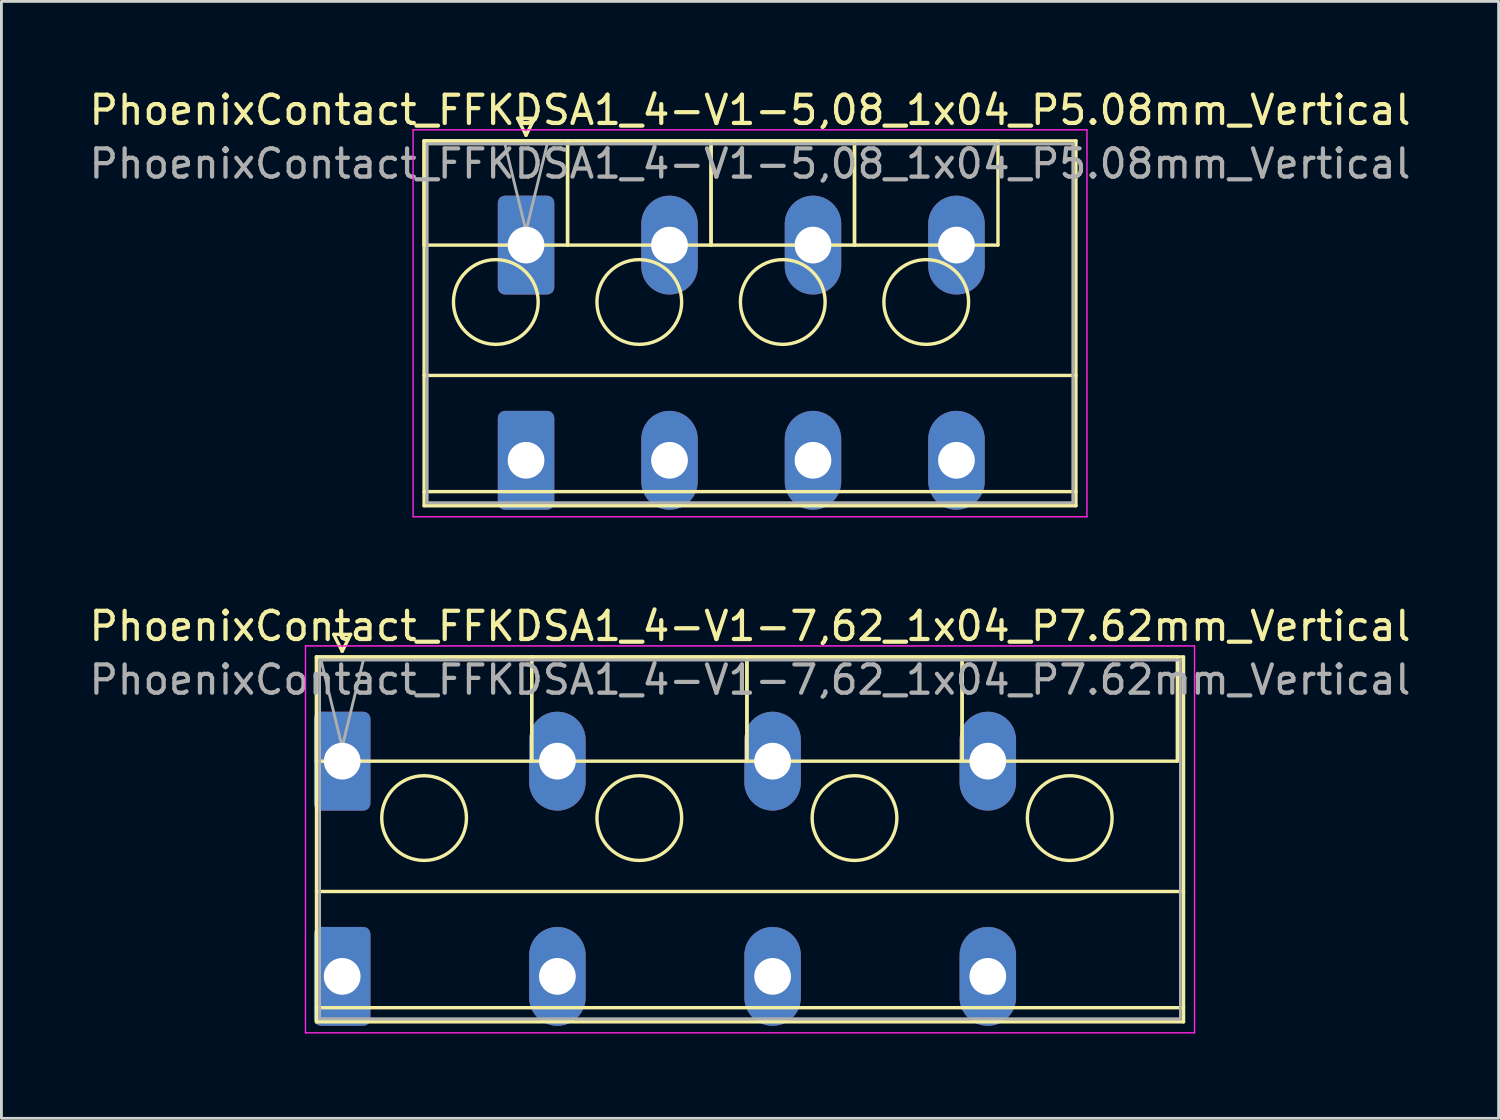
<source format=kicad_pcb>
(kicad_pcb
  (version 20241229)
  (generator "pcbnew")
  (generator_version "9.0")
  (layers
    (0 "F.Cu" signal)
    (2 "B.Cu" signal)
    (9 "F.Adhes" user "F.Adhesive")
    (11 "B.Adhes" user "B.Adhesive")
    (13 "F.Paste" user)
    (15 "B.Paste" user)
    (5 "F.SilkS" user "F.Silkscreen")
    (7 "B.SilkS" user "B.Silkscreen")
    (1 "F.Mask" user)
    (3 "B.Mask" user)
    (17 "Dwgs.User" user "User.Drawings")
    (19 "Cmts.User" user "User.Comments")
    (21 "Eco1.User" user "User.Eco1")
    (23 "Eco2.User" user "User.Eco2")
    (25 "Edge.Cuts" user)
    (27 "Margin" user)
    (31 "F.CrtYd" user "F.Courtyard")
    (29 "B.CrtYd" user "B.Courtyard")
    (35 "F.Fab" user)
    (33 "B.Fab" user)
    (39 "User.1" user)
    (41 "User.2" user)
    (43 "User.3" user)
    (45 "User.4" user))
  (footprint "PhoenixContact_FFKDSA1_4-V1-5,08_1x04_P5.08mm_Vertical"
    (layer "F.Cu")
    (at 15.576 5.628)
    (property "Reference" "PhoenixContact_FFKDSA1_4-V1-5,08_1x04_P5.08mm_Vertical" (at 7.93 -4.78 0) (layer "F.SilkS") (effects (font (size 1 1) (thickness 0.15))))
    (attr through_hole)
    (fp_line (start -3.61 -3.69) (end -3.61 0) (stroke (width 0.12) (type solid)) (layer "F.SilkS"))
    (fp_line (start -3.61 -3.69) (end -3.61 9.23) (stroke (width 0.12) (type solid)) (layer "F.SilkS"))
    (fp_line (start -3.61 0) (end 1.47 0) (stroke (width 0.12) (type solid)) (layer "F.SilkS"))
    (fp_line (start -3.61 4.615) (end 19.47 4.615) (stroke (width 0.12) (type solid)) (layer "F.SilkS"))
    (fp_line (start -3.61 8.73) (end 19.47 8.73) (stroke (width 0.12) (type solid)) (layer "F.SilkS"))
    (fp_line (start -3.61 9.23) (end 19.47 9.23) (stroke (width 0.12) (type solid)) (layer "F.SilkS"))
    (fp_line (start -0.3 -4.49) (end 0.3 -4.49) (stroke (width 0.12) (type solid)) (layer "F.SilkS"))
    (fp_line (start 0 -3.89) (end -0.3 -4.49) (stroke (width 0.12) (type solid)) (layer "F.SilkS"))
    (fp_line (start 0.3 -4.49) (end 0 -3.89) (stroke (width 0.12) (type solid)) (layer "F.SilkS"))
    (fp_line (start 1.47 -3.69) (end -3.61 -3.69) (stroke (width 0.12) (type solid)) (layer "F.SilkS"))
    (fp_line (start 1.47 -3.69) (end 1.47 0) (stroke (width 0.12) (type solid)) (layer "F.SilkS"))
    (fp_line (start 1.47 0) (end 1.47 -3.69) (stroke (width 0.12) (type solid)) (layer "F.SilkS"))
    (fp_line (start 1.47 0) (end 6.55 0) (stroke (width 0.12) (type solid)) (layer "F.SilkS"))
    (fp_line (start 6.55 -3.69) (end 1.47 -3.69) (stroke (width 0.12) (type solid)) (layer "F.SilkS"))
    (fp_line (start 6.55 -3.69) (end 6.55 0) (stroke (width 0.12) (type solid)) (layer "F.SilkS"))
    (fp_line (start 6.55 0) (end 6.55 -3.69) (stroke (width 0.12) (type solid)) (layer "F.SilkS"))
    (fp_line (start 6.55 0) (end 11.63 0) (stroke (width 0.12) (type solid)) (layer "F.SilkS"))
    (fp_line (start 11.63 -3.69) (end 6.55 -3.69) (stroke (width 0.12) (type solid)) (layer "F.SilkS"))
    (fp_line (start 11.63 -3.69) (end 11.63 0) (stroke (width 0.12) (type solid)) (layer "F.SilkS"))
    (fp_line (start 11.63 0) (end 11.63 -3.69) (stroke (width 0.12) (type solid)) (layer "F.SilkS"))
    (fp_line (start 11.63 0) (end 16.71 0) (stroke (width 0.12) (type solid)) (layer "F.SilkS"))
    (fp_line (start 16.71 -3.69) (end 11.63 -3.69) (stroke (width 0.12) (type solid)) (layer "F.SilkS"))
    (fp_line (start 16.71 0) (end 16.71 -3.69) (stroke (width 0.12) (type solid)) (layer "F.SilkS"))
    (fp_line (start 19.47 -3.69) (end -3.61 -3.69) (stroke (width 0.12) (type solid)) (layer "F.SilkS"))
    (fp_line (start 19.47 9.23) (end 19.47 -3.69) (stroke (width 0.12) (type solid)) (layer "F.SilkS"))
    (fp_circle (center -1.07 2.015) (end 0.43 2.015) (stroke (width 0.12) (type solid)) (fill no) (layer "F.SilkS"))
    (fp_circle (center 4.01 2.015) (end 5.51 2.015) (stroke (width 0.12) (type solid)) (fill no) (layer "F.SilkS"))
    (fp_circle (center 9.09 2.015) (end 10.59 2.015) (stroke (width 0.12) (type solid)) (fill no) (layer "F.SilkS"))
    (fp_circle (center 14.17 2.015) (end 15.67 2.015) (stroke (width 0.12) (type solid)) (fill no) (layer "F.SilkS"))
    (fp_line (start -4 -4.08) (end -4 9.62) (stroke (width 0.05) (type solid)) (layer "F.CrtYd"))
    (fp_line (start -4 9.62) (end 19.86 9.62) (stroke (width 0.05) (type solid)) (layer "F.CrtYd"))
    (fp_line (start 19.86 -4.08) (end -4 -4.08) (stroke (width 0.05) (type solid)) (layer "F.CrtYd"))
    (fp_line (start 19.86 9.62) (end 19.86 -4.08) (stroke (width 0.05) (type solid)) (layer "F.CrtYd"))
    (fp_line (start -3.5 -3.58) (end -3.5 9.12) (stroke (width 0.1) (type solid)) (layer "F.Fab"))
    (fp_line (start -3.5 9.12) (end 19.36 9.12) (stroke (width 0.1) (type solid)) (layer "F.Fab"))
    (fp_line (start 0 -0.5) (end -0.75 -3.58) (stroke (width 0.1) (type solid)) (layer "F.Fab"))
    (fp_line (start 0.75 -3.58) (end 0 -0.5) (stroke (width 0.1) (type solid)) (layer "F.Fab"))
    (fp_line (start 19.36 -3.58) (end -3.5 -3.58) (stroke (width 0.1) (type solid)) (layer "F.Fab"))
    (fp_line (start 19.36 9.12) (end 19.36 -3.58) (stroke (width 0.1) (type solid)) (layer "F.Fab"))
    (fp_text user "${REFERENCE}" (at 7.93 -2.88 0) (layer "F.Fab") (effects (font (size 1 1) (thickness 0.15))))
    (pad "1" thru_hole roundrect (at 0 0) (size 2 3.5) (drill 1.3) (layers "*.Cu" "*.Mask") (roundrect_rratio 0.125))
    (pad "1" thru_hole roundrect (at 0 7.62) (size 2 3.5) (drill 1.3) (layers "*.Cu" "*.Mask") (roundrect_rratio 0.125))
    (pad "2" thru_hole oval (at 5.08 0) (size 2 3.5) (drill 1.3) (layers "*.Cu" "*.Mask"))
    (pad "2" thru_hole oval (at 5.08 7.62) (size 2 3.5) (drill 1.3) (layers "*.Cu" "*.Mask"))
    (pad "3" thru_hole oval (at 10.16 0) (size 2 3.5) (drill 1.3) (layers "*.Cu" "*.Mask"))
    (pad "3" thru_hole oval (at 10.16 7.62) (size 2 3.5) (drill 1.3) (layers "*.Cu" "*.Mask"))
    (pad "4" thru_hole oval (at 15.24 0) (size 2 3.5) (drill 1.3) (layers "*.Cu" "*.Mask"))
    (pad "4" thru_hole oval (at 15.24 7.62) (size 2 3.5) (drill 1.3) (layers "*.Cu" "*.Mask")))
  (footprint "PhoenixContact_FFKDSA1_4-V1-7,62_1x04_P7.62mm_Vertical"
    (layer "F.Cu")
    (at 9.066 23.901)
    (property "Reference" "PhoenixContact_FFKDSA1_4-V1-7,62_1x04_P7.62mm_Vertical" (at 14.44 -4.78 0) (layer "F.SilkS") (effects (font (size 1 1) (thickness 0.15))))
    (attr through_hole)
    (fp_line (start -0.91 -3.69) (end -0.91 0) (stroke (width 0.12) (type solid)) (layer "F.SilkS"))
    (fp_line (start -0.91 -3.69) (end -0.91 9.23) (stroke (width 0.12) (type solid)) (layer "F.SilkS"))
    (fp_line (start -0.91 0) (end 6.71 0) (stroke (width 0.12) (type solid)) (layer "F.SilkS"))
    (fp_line (start -0.91 4.615) (end 29.79 4.615) (stroke (width 0.12) (type solid)) (layer "F.SilkS"))
    (fp_line (start -0.91 8.73) (end 29.79 8.73) (stroke (width 0.12) (type solid)) (layer "F.SilkS"))
    (fp_line (start -0.91 9.23) (end 29.79 9.23) (stroke (width 0.12) (type solid)) (layer "F.SilkS"))
    (fp_line (start -0.3 -4.49) (end 0.3 -4.49) (stroke (width 0.12) (type solid)) (layer "F.SilkS"))
    (fp_line (start 0 -3.89) (end -0.3 -4.49) (stroke (width 0.12) (type solid)) (layer "F.SilkS"))
    (fp_line (start 0.3 -4.49) (end 0 -3.89) (stroke (width 0.12) (type solid)) (layer "F.SilkS"))
    (fp_line (start 6.71 -3.69) (end -0.91 -3.69) (stroke (width 0.12) (type solid)) (layer "F.SilkS"))
    (fp_line (start 6.71 -3.69) (end 6.71 0) (stroke (width 0.12) (type solid)) (layer "F.SilkS"))
    (fp_line (start 6.71 0) (end 6.71 -3.69) (stroke (width 0.12) (type solid)) (layer "F.SilkS"))
    (fp_line (start 6.71 0) (end 14.33 0) (stroke (width 0.12) (type solid)) (layer "F.SilkS"))
    (fp_line (start 14.33 -3.69) (end 6.71 -3.69) (stroke (width 0.12) (type solid)) (layer "F.SilkS"))
    (fp_line (start 14.33 -3.69) (end 14.33 0) (stroke (width 0.12) (type solid)) (layer "F.SilkS"))
    (fp_line (start 14.33 0) (end 14.33 -3.69) (stroke (width 0.12) (type solid)) (layer "F.SilkS"))
    (fp_line (start 14.33 0) (end 21.95 0) (stroke (width 0.12) (type solid)) (layer "F.SilkS"))
    (fp_line (start 21.95 -3.69) (end 14.33 -3.69) (stroke (width 0.12) (type solid)) (layer "F.SilkS"))
    (fp_line (start 21.95 -3.69) (end 21.95 0) (stroke (width 0.12) (type solid)) (layer "F.SilkS"))
    (fp_line (start 21.95 0) (end 21.95 -3.69) (stroke (width 0.12) (type solid)) (layer "F.SilkS"))
    (fp_line (start 21.95 0) (end 29.57 0) (stroke (width 0.12) (type solid)) (layer "F.SilkS"))
    (fp_line (start 29.57 -3.69) (end 21.95 -3.69) (stroke (width 0.12) (type solid)) (layer "F.SilkS"))
    (fp_line (start 29.57 0) (end 29.57 -3.69) (stroke (width 0.12) (type solid)) (layer "F.SilkS"))
    (fp_line (start 29.79 -3.69) (end -0.91 -3.69) (stroke (width 0.12) (type solid)) (layer "F.SilkS"))
    (fp_line (start 29.79 9.23) (end 29.79 -3.69) (stroke (width 0.12) (type solid)) (layer "F.SilkS"))
    (fp_circle (center 2.9 2.015) (end 4.4 2.015) (stroke (width 0.12) (type solid)) (fill no) (layer "F.SilkS"))
    (fp_circle (center 10.52 2.015) (end 12.02 2.015) (stroke (width 0.12) (type solid)) (fill no) (layer "F.SilkS"))
    (fp_circle (center 18.14 2.015) (end 19.64 2.015) (stroke (width 0.12) (type solid)) (fill no) (layer "F.SilkS"))
    (fp_circle (center 25.76 2.015) (end 27.26 2.015) (stroke (width 0.12) (type solid)) (fill no) (layer "F.SilkS"))
    (fp_line (start -1.3 -4.08) (end -1.3 9.62) (stroke (width 0.05) (type solid)) (layer "F.CrtYd"))
    (fp_line (start -1.3 9.62) (end 30.18 9.62) (stroke (width 0.05) (type solid)) (layer "F.CrtYd"))
    (fp_line (start 30.18 -4.08) (end -1.3 -4.08) (stroke (width 0.05) (type solid)) (layer "F.CrtYd"))
    (fp_line (start 30.18 9.62) (end 30.18 -4.08) (stroke (width 0.05) (type solid)) (layer "F.CrtYd"))
    (fp_line (start -0.8 -3.58) (end -0.8 9.12) (stroke (width 0.1) (type solid)) (layer "F.Fab"))
    (fp_line (start -0.8 9.12) (end 29.68 9.12) (stroke (width 0.1) (type solid)) (layer "F.Fab"))
    (fp_line (start 0 -0.5) (end -0.75 -3.58) (stroke (width 0.1) (type solid)) (layer "F.Fab"))
    (fp_line (start 0.75 -3.58) (end 0 -0.5) (stroke (width 0.1) (type solid)) (layer "F.Fab"))
    (fp_line (start 29.68 -3.58) (end -0.8 -3.58) (stroke (width 0.1) (type solid)) (layer "F.Fab"))
    (fp_line (start 29.68 9.12) (end 29.68 -3.58) (stroke (width 0.1) (type solid)) (layer "F.Fab"))
    (fp_text user "${REFERENCE}" (at 14.44 -2.88 0) (layer "F.Fab") (effects (font (size 1 1) (thickness 0.15))))
    (pad "1" thru_hole roundrect (at 0 0) (size 2 3.5) (drill 1.3) (layers "*.Cu" "*.Mask") (roundrect_rratio 0.125))
    (pad "1" thru_hole roundrect (at 0 7.62) (size 2 3.5) (drill 1.3) (layers "*.Cu" "*.Mask") (roundrect_rratio 0.125))
    (pad "2" thru_hole oval (at 7.62 0) (size 2 3.5) (drill 1.3) (layers "*.Cu" "*.Mask"))
    (pad "2" thru_hole oval (at 7.62 7.62) (size 2 3.5) (drill 1.3) (layers "*.Cu" "*.Mask"))
    (pad "3" thru_hole oval (at 15.24 0) (size 2 3.5) (drill 1.3) (layers "*.Cu" "*.Mask"))
    (pad "3" thru_hole oval (at 15.24 7.62) (size 2 3.5) (drill 1.3) (layers "*.Cu" "*.Mask"))
    (pad "4" thru_hole oval (at 22.86 0) (size 2 3.5) (drill 1.3) (layers "*.Cu" "*.Mask"))
    (pad "4" thru_hole oval (at 22.86 7.62) (size 2 3.5) (drill 1.3) (layers "*.Cu" "*.Mask")))
  (gr_rect
    (start -3 -3)
    (end 50.012 36.547)
    (stroke (width 0.1) (type default))
    (fill no)
    (layer "Edge.Cuts")))
</source>
